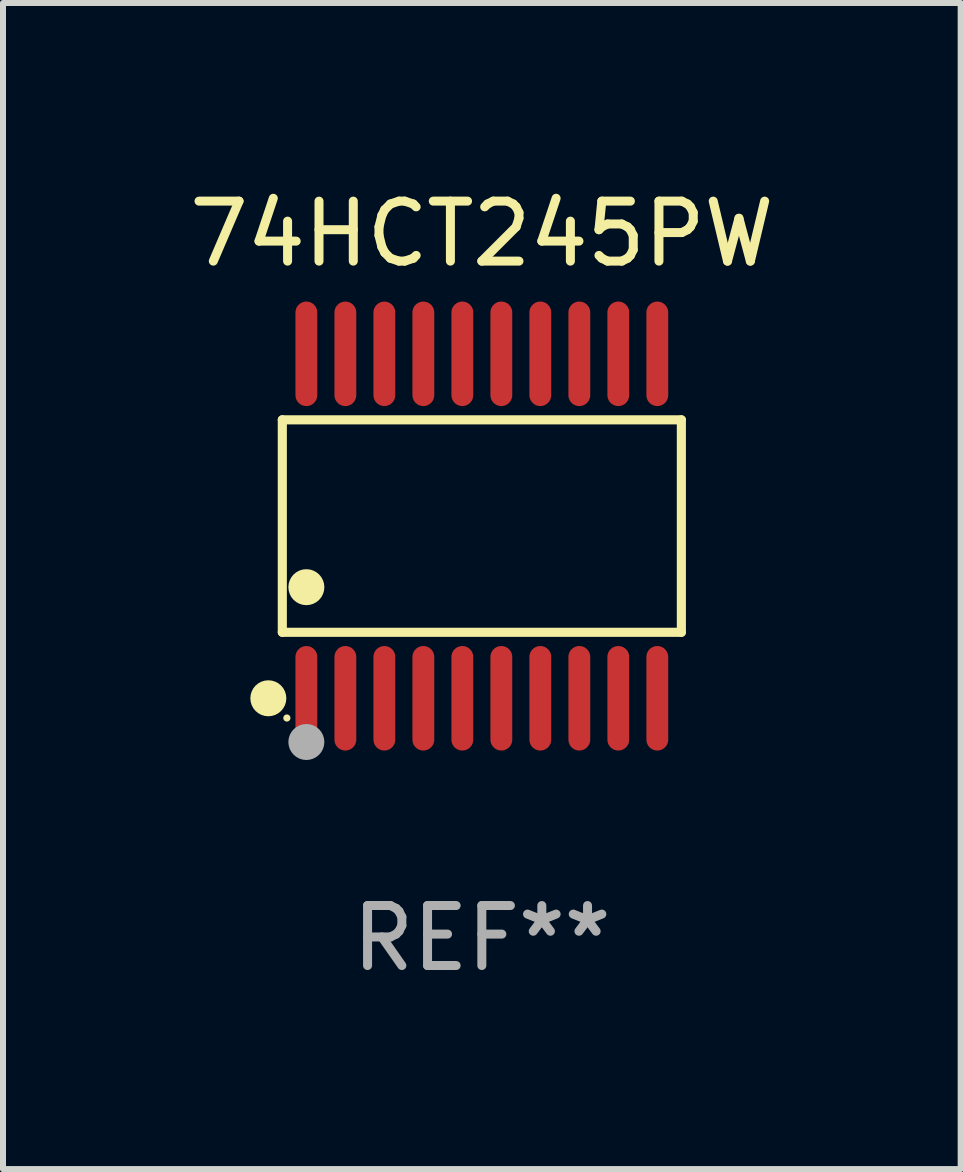
<source format=kicad_pcb>
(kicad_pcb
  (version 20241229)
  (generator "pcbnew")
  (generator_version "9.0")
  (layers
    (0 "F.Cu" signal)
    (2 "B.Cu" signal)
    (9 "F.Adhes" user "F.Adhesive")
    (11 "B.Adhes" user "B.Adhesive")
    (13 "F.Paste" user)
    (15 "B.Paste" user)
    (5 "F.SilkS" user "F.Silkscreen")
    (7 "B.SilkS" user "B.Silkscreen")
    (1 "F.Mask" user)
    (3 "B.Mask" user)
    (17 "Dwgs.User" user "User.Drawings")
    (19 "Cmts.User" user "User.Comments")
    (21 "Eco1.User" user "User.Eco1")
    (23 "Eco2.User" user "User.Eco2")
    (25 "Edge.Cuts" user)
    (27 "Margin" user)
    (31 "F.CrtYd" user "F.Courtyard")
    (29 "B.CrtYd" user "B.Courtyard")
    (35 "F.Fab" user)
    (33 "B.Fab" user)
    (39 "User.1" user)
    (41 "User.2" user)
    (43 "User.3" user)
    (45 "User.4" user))
  (footprint "74HCT245PW"
    (layer "F.Cu")
    (at 4.982 5.719)
    (property "Reference" "74HCT245PW" (at 0 -4.871 0) (layer "F.SilkS") (effects (font (size 1 1) (thickness 0.15))))
    (attr through_hole)
    (fp_line (start -3.326 -1.771) (end 3.326 -1.771) (stroke (width 0.152) (type solid)) (layer "F.SilkS"))
    (fp_line (start -3.326 1.771) (end -3.326 -1.771) (stroke (width 0.152) (type solid)) (layer "F.SilkS"))
    (fp_line (start 3.326 -1.771) (end 3.326 1.771) (stroke (width 0.152) (type solid)) (layer "F.SilkS"))
    (fp_line (start 3.326 1.771) (end -3.326 1.771) (stroke (width 0.152) (type solid)) (layer "F.SilkS"))
    (fp_circle (center -3.559 2.871) (end -3.409 2.871) (stroke (width 0.3) (type solid)) (fill no) (layer "F.SilkS"))
    (fp_circle (center -3.25 3.2) (end -3.22 3.2) (stroke (width 0.06) (type solid)) (fill no) (layer "F.SilkS"))
    (fp_circle (center -2.925 1.019) (end -2.775 1.019) (stroke (width 0.3) (type solid)) (fill no) (layer "F.SilkS"))
    (fp_circle (center -2.925 3.6) (end -2.775 3.6) (stroke (width 0.3) (type solid)) (fill no) (layer "F.Fab"))
    (fp_text user "REF**" (at 0 6.871 0) (layer "F.Fab") (effects (font (size 1 1) (thickness 0.15))))
    (pad "1" smd oval (at -2.925 2.871) (size 0.364 1.742) (layers "F.Cu" "F.Mask" "F.Paste"))
    (pad "2" smd oval (at -2.275 2.871) (size 0.364 1.742) (layers "F.Cu" "F.Mask" "F.Paste"))
    (pad "3" smd oval (at -1.625 2.871) (size 0.364 1.742) (layers "F.Cu" "F.Mask" "F.Paste"))
    (pad "4" smd oval (at -0.975 2.871) (size 0.364 1.742) (layers "F.Cu" "F.Mask" "F.Paste"))
    (pad "5" smd oval (at -0.325 2.871) (size 0.364 1.742) (layers "F.Cu" "F.Mask" "F.Paste"))
    (pad "6" smd oval (at 0.325 2.871) (size 0.364 1.742) (layers "F.Cu" "F.Mask" "F.Paste"))
    (pad "7" smd oval (at 0.975 2.871) (size 0.364 1.742) (layers "F.Cu" "F.Mask" "F.Paste"))
    (pad "8" smd oval (at 1.625 2.871) (size 0.364 1.742) (layers "F.Cu" "F.Mask" "F.Paste"))
    (pad "9" smd oval (at 2.275 2.871) (size 0.364 1.742) (layers "F.Cu" "F.Mask" "F.Paste"))
    (pad "10" smd oval (at 2.925 2.871) (size 0.364 1.742) (layers "F.Cu" "F.Mask" "F.Paste"))
    (pad "11" smd oval (at 2.925 -2.871) (size 0.364 1.742) (layers "F.Cu" "F.Mask" "F.Paste"))
    (pad "12" smd oval (at 2.275 -2.871) (size 0.364 1.742) (layers "F.Cu" "F.Mask" "F.Paste"))
    (pad "13" smd oval (at 1.625 -2.871) (size 0.364 1.742) (layers "F.Cu" "F.Mask" "F.Paste"))
    (pad "14" smd oval (at 0.975 -2.871) (size 0.364 1.742) (layers "F.Cu" "F.Mask" "F.Paste"))
    (pad "15" smd oval (at 0.325 -2.871) (size 0.364 1.742) (layers "F.Cu" "F.Mask" "F.Paste"))
    (pad "16" smd oval (at -0.325 -2.871) (size 0.364 1.742) (layers "F.Cu" "F.Mask" "F.Paste"))
    (pad "17" smd oval (at -0.975 -2.871) (size 0.364 1.742) (layers "F.Cu" "F.Mask" "F.Paste"))
    (pad "18" smd oval (at -1.625 -2.871) (size 0.364 1.742) (layers "F.Cu" "F.Mask" "F.Paste"))
    (pad "19" smd oval (at -2.275 -2.871) (size 0.364 1.742) (layers "F.Cu" "F.Mask" "F.Paste"))
    (pad "20" smd oval (at -2.925 -2.871) (size 0.364 1.742) (layers "F.Cu" "F.Mask" "F.Paste")))
  (gr_rect
    (start -3 -3)
    (end 12.964 16.438)
    (stroke (width 0.1) (type default))
    (fill no)
    (layer "Edge.Cuts")))
</source>
